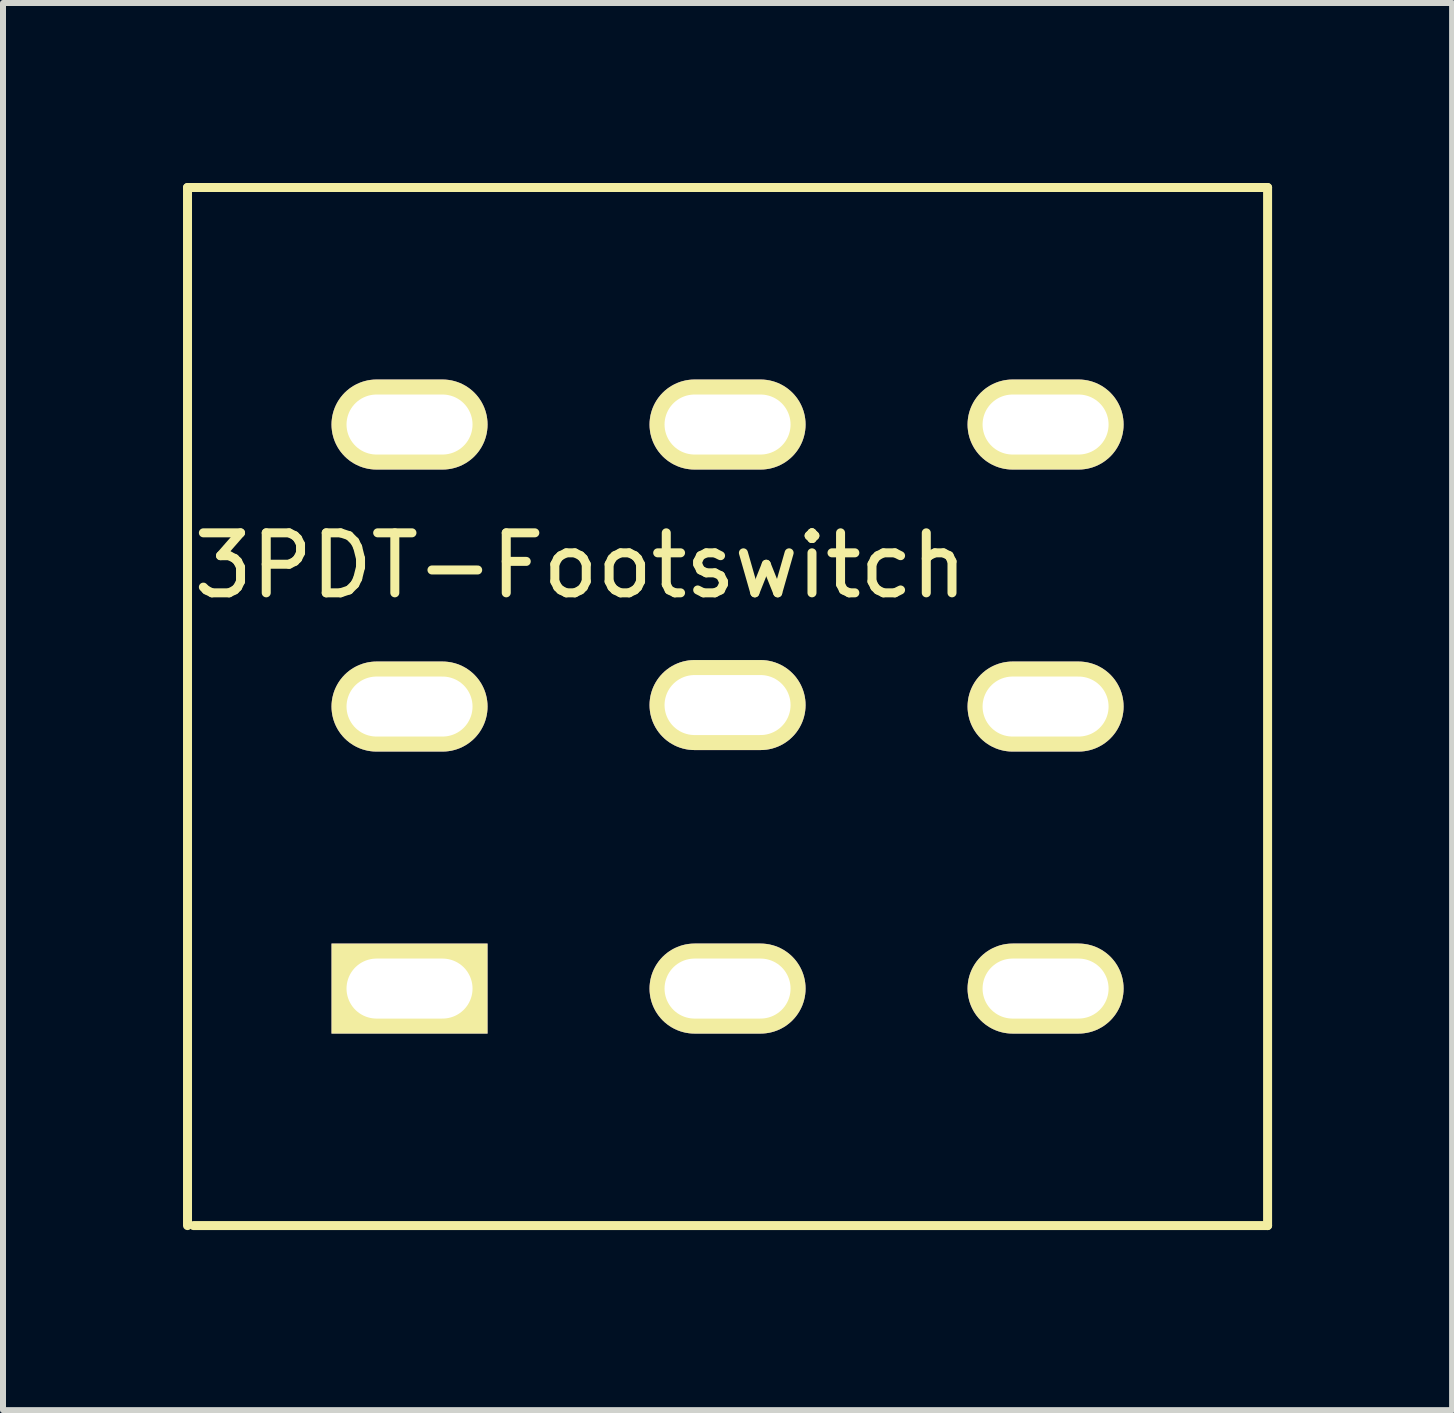
<source format=kicad_pcb>
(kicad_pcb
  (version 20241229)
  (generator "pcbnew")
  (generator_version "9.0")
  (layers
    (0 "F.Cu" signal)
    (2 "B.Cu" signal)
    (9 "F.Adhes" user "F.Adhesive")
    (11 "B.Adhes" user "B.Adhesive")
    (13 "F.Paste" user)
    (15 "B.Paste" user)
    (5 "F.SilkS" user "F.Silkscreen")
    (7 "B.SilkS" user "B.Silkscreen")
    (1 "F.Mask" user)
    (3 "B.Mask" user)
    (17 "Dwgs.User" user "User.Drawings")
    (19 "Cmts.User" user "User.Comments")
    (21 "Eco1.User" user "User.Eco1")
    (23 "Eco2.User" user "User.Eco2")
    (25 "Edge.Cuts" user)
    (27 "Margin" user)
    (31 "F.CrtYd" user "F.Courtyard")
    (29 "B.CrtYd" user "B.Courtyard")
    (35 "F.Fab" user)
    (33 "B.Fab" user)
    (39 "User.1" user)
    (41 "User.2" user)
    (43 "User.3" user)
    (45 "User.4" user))
  (footprint "3PDT-Footswitch"
    (layer "F.Cu")
    (at 9.075 8.725)
    (property "Reference" "3PDT-Footswitch" (at -2.45 -2.35 0) (layer "F.SilkS") (effects (font (size 1 1) (thickness 0.15))))
    (attr through_hole)
    (fp_line (start -9 -8.65) (end -9 8.65) (stroke (width 0.15) (type solid)) (layer "F.SilkS"))
    (fp_line (start -9 -8.65) (end 9 -8.65) (stroke (width 0.15) (type solid)) (layer "F.SilkS"))
    (fp_line (start 9 -8.65) (end 9 8.65) (stroke (width 0.15) (type solid)) (layer "F.SilkS"))
    (fp_line (start 9 8.65) (end -8.9 8.65) (stroke (width 0.15) (type solid)) (layer "F.SilkS"))
    (pad "1" thru_hole rect (at -5.3 4.7) (size 2.6 1.5) (drill oval 2.1 1) (layers "*.Cu" "*.Mask" "F.SilkS"))
    (pad "2" thru_hole oval (at 0 4.7) (size 2.6 1.5) (drill oval 2.1 1) (layers "*.Cu" "*.Mask" "F.SilkS"))
    (pad "3" thru_hole oval (at 5.3 4.7) (size 2.6 1.5) (drill oval 2.1 1) (layers "*.Cu" "*.Mask" "F.SilkS"))
    (pad "4" thru_hole oval (at -5.3 0) (size 2.6 1.5) (drill oval 2.1 1) (layers "*.Cu" "*.Mask" "F.SilkS"))
    (pad "5" thru_hole oval (at 0 -0.025) (size 2.6 1.5) (drill oval 2.1 1) (layers "*.Cu" "*.Mask" "F.SilkS"))
    (pad "6" thru_hole oval (at 5.3 0) (size 2.6 1.5) (drill oval 2.1 1) (layers "*.Cu" "*.Mask" "F.SilkS"))
    (pad "7" thru_hole oval (at -5.3 -4.7) (size 2.6 1.5) (drill oval 2.1 1) (layers "*.Cu" "*.Mask" "F.SilkS"))
    (pad "8" thru_hole oval (at 0 -4.7) (size 2.6 1.5) (drill oval 2.1 1) (layers "*.Cu" "*.Mask" "F.SilkS"))
    (pad "9" thru_hole oval (at 5.3 -4.7) (size 2.6 1.5) (drill oval 2.1 1) (layers "*.Cu" "*.Mask" "F.SilkS")))
  (gr_rect
    (start -3 -3)
    (end 21.15 20.45)
    (stroke (width 0.1) (type default))
    (fill no)
    (layer "Edge.Cuts")))
</source>
